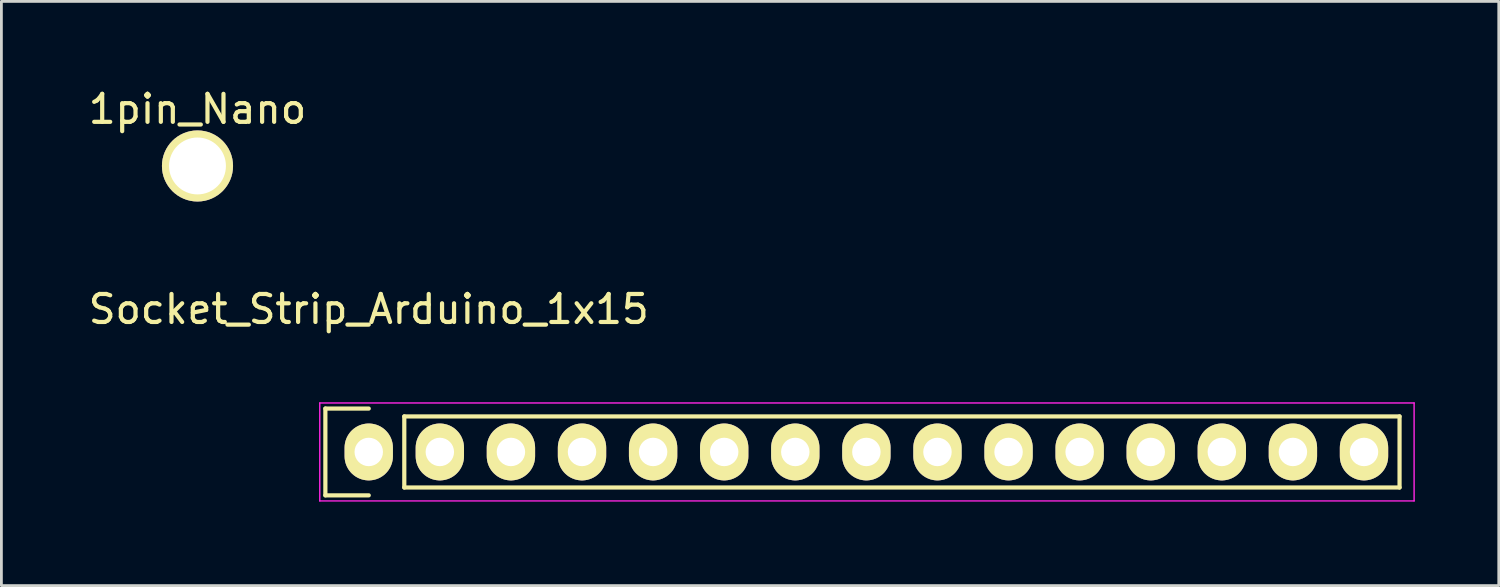
<source format=kicad_pcb>
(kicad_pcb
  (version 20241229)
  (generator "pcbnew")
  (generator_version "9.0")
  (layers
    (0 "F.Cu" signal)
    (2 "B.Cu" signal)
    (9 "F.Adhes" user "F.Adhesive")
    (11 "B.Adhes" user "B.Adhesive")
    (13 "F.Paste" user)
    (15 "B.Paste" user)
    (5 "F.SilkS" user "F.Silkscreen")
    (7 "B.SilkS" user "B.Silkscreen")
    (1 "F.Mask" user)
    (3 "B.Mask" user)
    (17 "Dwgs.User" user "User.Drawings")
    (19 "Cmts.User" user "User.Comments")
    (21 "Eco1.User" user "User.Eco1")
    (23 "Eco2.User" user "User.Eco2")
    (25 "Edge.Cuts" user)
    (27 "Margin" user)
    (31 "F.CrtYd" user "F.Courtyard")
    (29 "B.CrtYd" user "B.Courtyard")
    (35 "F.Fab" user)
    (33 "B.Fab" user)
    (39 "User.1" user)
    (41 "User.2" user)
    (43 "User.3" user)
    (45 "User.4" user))
  (footprint "Socket_Strip_Arduino_1x15"
    (layer "F.Cu")
    (at 10.125 13.098)
    (property "Reference" "Socket_Strip_Arduino_1x15" (at 0 -5.1 0) (layer "F.SilkS") (effects (font (size 1 1) (thickness 0.15))))
    (attr through_hole)
    (fp_line (start -1.55 -1.55) (end -1.55 1.55) (stroke (width 0.15) (type solid)) (layer "F.SilkS"))
    (fp_line (start -1.55 1.55) (end 0 1.55) (stroke (width 0.15) (type solid)) (layer "F.SilkS"))
    (fp_line (start 0 -1.55) (end -1.55 -1.55) (stroke (width 0.15) (type solid)) (layer "F.SilkS"))
    (fp_line (start 1.27 -1.27) (end 36.83 -1.27) (stroke (width 0.15) (type solid)) (layer "F.SilkS"))
    (fp_line (start 1.27 1.27) (end 1.27 -1.27) (stroke (width 0.15) (type solid)) (layer "F.SilkS"))
    (fp_line (start 36.83 -1.27) (end 36.83 1.27) (stroke (width 0.15) (type solid)) (layer "F.SilkS"))
    (fp_line (start 36.83 1.27) (end 1.27 1.27) (stroke (width 0.15) (type solid)) (layer "F.SilkS"))
    (fp_line (start -1.75 -1.75) (end -1.75 1.75) (stroke (width 0.05) (type solid)) (layer "F.CrtYd"))
    (fp_line (start -1.75 -1.75) (end 37.35 -1.75) (stroke (width 0.05) (type solid)) (layer "F.CrtYd"))
    (fp_line (start -1.75 1.75) (end 37.35 1.75) (stroke (width 0.05) (type solid)) (layer "F.CrtYd"))
    (fp_line (start 37.35 -1.75) (end 37.35 1.75) (stroke (width 0.05) (type solid)) (layer "F.CrtYd"))
    (pad "1" thru_hole oval (at 0 0) (size 1.727 2.032) (drill 1.016) (layers "*.Cu" "*.Mask" "F.SilkS"))
    (pad "2" thru_hole oval (at 2.54 0) (size 1.727 2.032) (drill 1.016) (layers "*.Cu" "*.Mask" "F.SilkS"))
    (pad "3" thru_hole oval (at 5.08 0) (size 1.727 2.032) (drill 1.016) (layers "*.Cu" "*.Mask" "F.SilkS"))
    (pad "4" thru_hole oval (at 7.62 0) (size 1.727 2.032) (drill 1.016) (layers "*.Cu" "*.Mask" "F.SilkS"))
    (pad "5" thru_hole oval (at 10.16 0) (size 1.727 2.032) (drill 1.016) (layers "*.Cu" "*.Mask" "F.SilkS"))
    (pad "6" thru_hole oval (at 12.7 0) (size 1.727 2.032) (drill 1.016) (layers "*.Cu" "*.Mask" "F.SilkS"))
    (pad "7" thru_hole oval (at 15.24 0) (size 1.727 2.032) (drill 1.016) (layers "*.Cu" "*.Mask" "F.SilkS"))
    (pad "8" thru_hole oval (at 17.78 0) (size 1.727 2.032) (drill 1.016) (layers "*.Cu" "*.Mask" "F.SilkS"))
    (pad "9" thru_hole oval (at 20.32 0) (size 1.727 2.032) (drill 1.016) (layers "*.Cu" "*.Mask" "F.SilkS"))
    (pad "10" thru_hole oval (at 22.86 0) (size 1.727 2.032) (drill 1.016) (layers "*.Cu" "*.Mask" "F.SilkS"))
    (pad "11" thru_hole oval (at 25.4 0) (size 1.727 2.032) (drill 1.016) (layers "*.Cu" "*.Mask" "F.SilkS"))
    (pad "12" thru_hole oval (at 27.94 0) (size 1.727 2.032) (drill 1.016) (layers "*.Cu" "*.Mask" "F.SilkS"))
    (pad "13" thru_hole oval (at 30.48 0) (size 1.727 2.032) (drill 1.016) (layers "*.Cu" "*.Mask" "F.SilkS"))
    (pad "14" thru_hole oval (at 33.02 0) (size 1.727 2.032) (drill 1.016) (layers "*.Cu" "*.Mask" "F.SilkS"))
    (pad "15" thru_hole oval (at 35.56 0) (size 1.727 2.032) (drill 1.016) (layers "*.Cu" "*.Mask" "F.SilkS")))
  (footprint "1pin_Nano"
    (layer "F.Cu")
    (at 4.006 2.88)
    (property "Reference" "1pin_Nano" (at 0 -2.032 0) (layer "F.SilkS") (effects (font (size 1 1) (thickness 0.15))))
    (attr through_hole)
    (pad "1" thru_hole circle (at 0 0) (size 2.54 2.54) (drill 2.032) (layers "*.Cu" "*.Mask" "F.SilkS")))
  (gr_rect
    (start -3 -3)
    (end 50.5 17.873)
    (stroke (width 0.1) (type default))
    (fill no)
    (layer "Edge.Cuts")))
</source>
